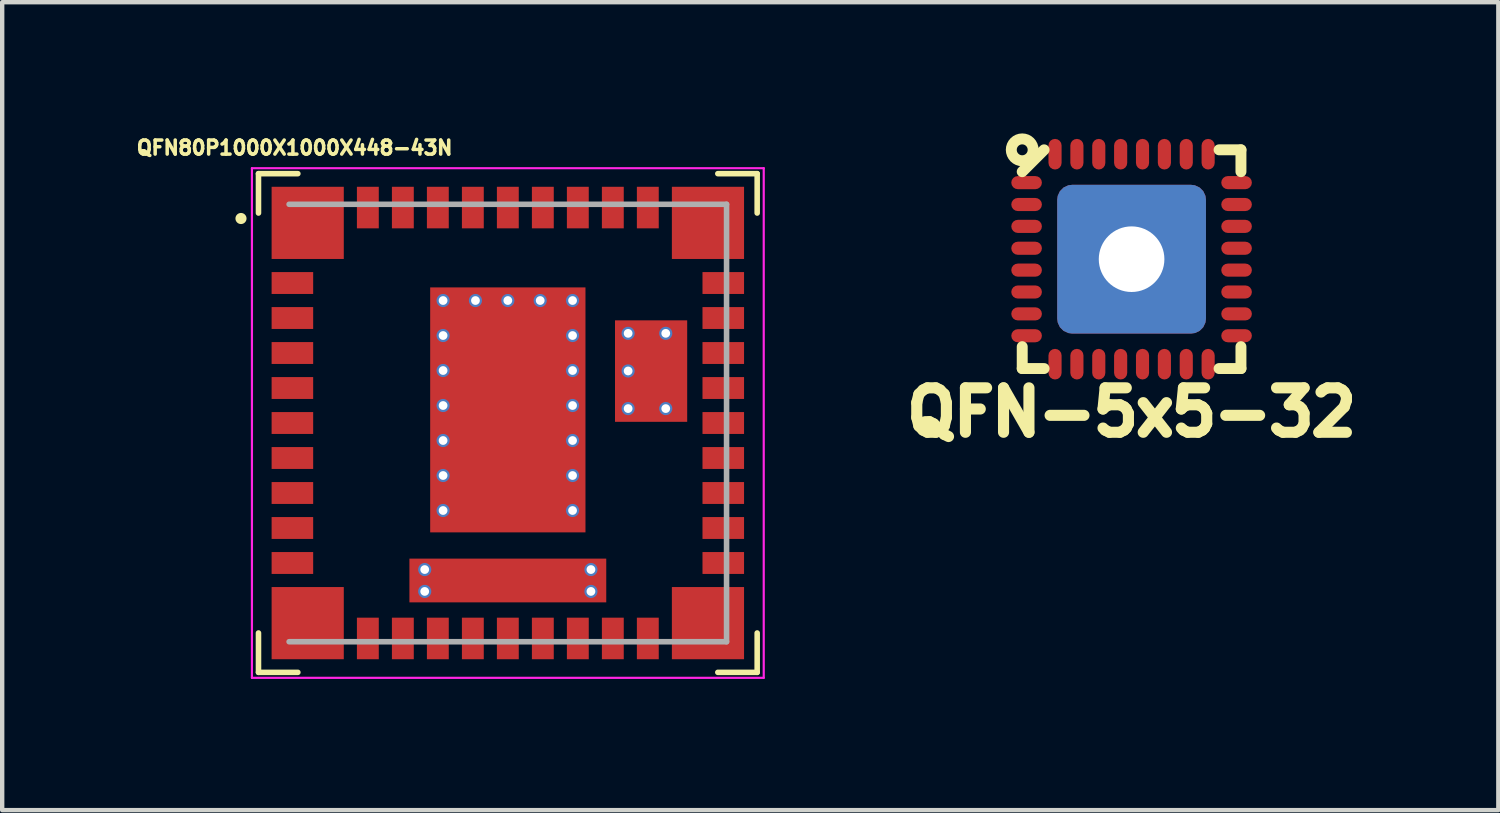
<source format=kicad_pcb>
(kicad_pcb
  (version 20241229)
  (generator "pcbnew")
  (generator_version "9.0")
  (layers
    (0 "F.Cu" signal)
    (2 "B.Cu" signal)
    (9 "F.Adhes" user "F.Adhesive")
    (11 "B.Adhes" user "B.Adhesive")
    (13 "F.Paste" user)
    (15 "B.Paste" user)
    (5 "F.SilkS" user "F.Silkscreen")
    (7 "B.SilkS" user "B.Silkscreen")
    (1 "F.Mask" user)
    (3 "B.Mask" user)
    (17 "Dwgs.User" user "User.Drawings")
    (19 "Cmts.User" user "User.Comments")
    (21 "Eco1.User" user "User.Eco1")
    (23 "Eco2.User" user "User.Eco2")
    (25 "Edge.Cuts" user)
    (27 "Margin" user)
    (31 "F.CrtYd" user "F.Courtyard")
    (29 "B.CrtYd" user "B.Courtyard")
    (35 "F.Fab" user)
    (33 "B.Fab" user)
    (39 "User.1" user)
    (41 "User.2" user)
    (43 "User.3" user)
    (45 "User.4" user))
  (footprint "QFN80P1000X1000X448-43N"
    (layer "F.Cu")
    (at 8.559 6.62)
    (property "Reference" "QFN80P1000X1000X448-43N" (at -4.875 -6.292 0) (layer "F.SilkS") (effects (font (size 0.321 0.321) (thickness 0.15))))
    (attr smd)
    (fp_poly (pts (xy -2.5 -1.175) (xy 2.5 -1.175) (xy 2.5 1.175) (xy -2.5 1.175)) (stroke (width 0.01) (type solid)) (fill yes) (layer "F.Mask"))
    (fp_poly (pts (xy -0.502 1.95) (xy 0.5 1.95) (xy 0.5 5.268) (xy -0.502 5.268)) (stroke (width 0.01) (type solid)) (fill yes) (layer "F.Mask"))
    (fp_poly (pts (xy 3.023 -1.71) (xy 4.135 -1.71) (xy 4.135 -0.662) (xy 3.023 -0.662)) (stroke (width 0.01) (type solid)) (fill yes) (layer "F.Mask"))
    (fp_line (start -5.7 -4.8) (end -5.7 -5.7) (stroke (width 0.127) (type solid)) (layer "F.SilkS"))
    (fp_line (start -5.7 5.7) (end -5.7 4.8) (stroke (width 0.127) (type solid)) (layer "F.SilkS"))
    (fp_line (start -4.8 -5.7) (end -5.7 -5.7) (stroke (width 0.127) (type solid)) (layer "F.SilkS"))
    (fp_line (start -4.8 5.7) (end -5.7 5.7) (stroke (width 0.127) (type solid)) (layer "F.SilkS"))
    (fp_line (start 5.7 -5.7) (end 4.8 -5.7) (stroke (width 0.127) (type solid)) (layer "F.SilkS"))
    (fp_line (start 5.7 -4.8) (end 5.7 -5.7) (stroke (width 0.127) (type solid)) (layer "F.SilkS"))
    (fp_line (start 5.7 5.7) (end 4.8 5.7) (stroke (width 0.127) (type solid)) (layer "F.SilkS"))
    (fp_line (start 5.7 5.7) (end 5.7 4.8) (stroke (width 0.127) (type solid)) (layer "F.SilkS"))
    (fp_circle (center -6.1 -4.675) (end -5.973 -4.675) (stroke (width 0) (type solid)) (fill yes) (layer "F.SilkS"))
    (fp_poly (pts (xy -1.87 3.4) (xy -0.935 3.4) (xy -0.935 3.81) (xy -1.87 3.81)) (stroke (width 0.01) (type solid)) (fill yes) (layer "F.Paste"))
    (fp_poly (pts (xy -1.168 3.4) (xy -0.235 3.4) (xy -0.235 3.81) (xy -1.168 3.81)) (stroke (width 0.01) (type solid)) (fill yes) (layer "F.Paste"))
    (fp_poly (pts (xy -0.928 1.685) (xy -0.355 1.685) (xy -0.355 2.673) (xy -0.928 2.673)) (stroke (width 0.01) (type solid)) (fill yes) (layer "F.Paste"))
    (fp_poly (pts (xy -0.928 0.815) (xy -0.355 0.815) (xy -0.355 1.8) (xy -0.928 1.8)) (stroke (width 0.01) (type solid)) (fill yes) (layer "F.Paste"))
    (fp_poly (pts (xy -0.927 -1.795) (xy -0.355 -1.795) (xy -0.355 -0.817) (xy -0.927 -0.817)) (stroke (width 0.01) (type solid)) (fill yes) (layer "F.Paste"))
    (fp_poly (pts (xy -0.927 -0.055) (xy -0.355 -0.055) (xy -0.355 0.927) (xy -0.927 0.927)) (stroke (width 0.01) (type solid)) (fill yes) (layer "F.Paste"))
    (fp_poly (pts (xy -0.926 -0.925) (xy -0.355 -0.925) (xy -0.355 0.055) (xy -0.926 0.055)) (stroke (width 0.01) (type solid)) (fill yes) (layer "F.Paste"))
    (fp_poly (pts (xy -0.926 -2.665) (xy -0.355 -2.665) (xy -0.355 -1.687) (xy -0.926 -1.687)) (stroke (width 0.01) (type solid)) (fill yes) (layer "F.Paste"))
    (fp_poly (pts (xy -0.466 3.4) (xy 0.465 3.4) (xy 0.465 3.809) (xy -0.466 3.809)) (stroke (width 0.01) (type solid)) (fill yes) (layer "F.Paste"))
    (fp_poly (pts (xy 0.235 3.4) (xy 1.165 3.4) (xy 1.165 3.808) (xy 0.235 3.808)) (stroke (width 0.01) (type solid)) (fill yes) (layer "F.Paste"))
    (fp_poly (pts (xy 0.355 -2.665) (xy 0.925 -2.665) (xy 0.925 -1.687) (xy 0.355 -1.687)) (stroke (width 0.01) (type solid)) (fill yes) (layer "F.Paste"))
    (fp_poly (pts (xy 0.356 0.815) (xy 0.925 0.815) (xy 0.925 1.798) (xy 0.356 1.798)) (stroke (width 0.01) (type solid)) (fill yes) (layer "F.Paste"))
    (fp_poly (pts (xy 0.356 -1.795) (xy 0.925 -1.795) (xy 0.925 -0.816) (xy 0.356 -0.816)) (stroke (width 0.01) (type solid)) (fill yes) (layer "F.Paste"))
    (fp_poly (pts (xy 0.356 -0.055) (xy 0.925 -0.055) (xy 0.925 0.927) (xy 0.356 0.927)) (stroke (width 0.01) (type solid)) (fill yes) (layer "F.Paste"))
    (fp_poly (pts (xy 0.356 1.685) (xy 0.925 1.685) (xy 0.925 2.671) (xy 0.356 2.671)) (stroke (width 0.01) (type solid)) (fill yes) (layer "F.Paste"))
    (fp_poly (pts (xy 0.356 -0.925) (xy 0.925 -0.925) (xy 0.925 0.055) (xy 0.356 0.055)) (stroke (width 0.01) (type solid)) (fill yes) (layer "F.Paste"))
    (fp_poly (pts (xy 0.937 3.4) (xy 1.865 3.4) (xy 1.865 3.809) (xy 0.937 3.809)) (stroke (width 0.01) (type solid)) (fill yes) (layer "F.Paste"))
    (fp_poly (pts (xy 2.756 -1.342) (xy 3.8 -1.342) (xy 3.8 -1.034) (xy 2.756 -1.034)) (stroke (width 0.01) (type solid)) (fill yes) (layer "F.Paste"))
    (fp_poly (pts (xy 3.364 -1.342) (xy 4.41 -1.342) (xy 4.41 -1.033) (xy 3.364 -1.033)) (stroke (width 0.01) (type solid)) (fill yes) (layer "F.Paste"))
    (fp_line (start -5.85 -5.825) (end 5.85 -5.825) (stroke (width 0.05) (type solid)) (layer "F.CrtYd"))
    (fp_line (start -5.85 5.825) (end -5.85 -5.825) (stroke (width 0.05) (type solid)) (layer "F.CrtYd"))
    (fp_line (start 5.85 -5.825) (end 5.85 5.825) (stroke (width 0.05) (type solid)) (layer "F.CrtYd"))
    (fp_line (start 5.85 5.825) (end -5.85 5.825) (stroke (width 0.05) (type solid)) (layer "F.CrtYd"))
    (fp_line (start -5 -5) (end 5 -5) (stroke (width 0.127) (type solid)) (layer "F.Fab"))
    (fp_line (start 5 -5) (end 5 5) (stroke (width 0.127) (type solid)) (layer "F.Fab"))
    (fp_line (start 5 5) (end -5 5) (stroke (width 0.127) (type solid)) (layer "F.Fab"))
    (pad "1" smd rect (at -4.575 -4.575 270) (size 1.65 1.65) (layers "F.Cu" "F.Mask" "F.Paste"))
    (pad "2" smd rect (at -4.925 -3.2 90) (size 0.5 0.95) (layers "F.Cu" "F.Mask" "F.Paste"))
    (pad "3" smd rect (at -4.925 -2.4 90) (size 0.5 0.95) (layers "F.Cu" "F.Mask" "F.Paste"))
    (pad "4" smd rect (at -4.925 -1.6 90) (size 0.5 0.95) (layers "F.Cu" "F.Mask" "F.Paste"))
    (pad "5" smd rect (at -4.925 -0.8 90) (size 0.5 0.95) (layers "F.Cu" "F.Mask" "F.Paste"))
    (pad "6" smd rect (at -4.925 0 90) (size 0.5 0.95) (layers "F.Cu" "F.Mask" "F.Paste"))
    (pad "7" smd rect (at -4.925 0.8 90) (size 0.5 0.95) (layers "F.Cu" "F.Mask" "F.Paste"))
    (pad "8" smd rect (at -4.925 1.6 90) (size 0.5 0.95) (layers "F.Cu" "F.Mask" "F.Paste"))
    (pad "9" smd rect (at -4.925 2.4 90) (size 0.5 0.95) (layers "F.Cu" "F.Mask" "F.Paste"))
    (pad "10" smd rect (at -4.925 3.2 270) (size 0.5 0.95) (layers "F.Cu" "F.Mask" "F.Paste"))
    (pad "11" smd rect (at -4.575 4.575 270) (size 1.65 1.65) (layers "F.Cu" "F.Mask" "F.Paste"))
    (pad "12" smd rect (at -3.2 4.925 180) (size 0.5 0.95) (layers "F.Cu" "F.Mask" "F.Paste"))
    (pad "13" smd rect (at -2.4 4.925 180) (size 0.5 0.95) (layers "F.Cu" "F.Mask" "F.Paste"))
    (pad "14" smd rect (at -1.6 4.925 180) (size 0.5 0.95) (layers "F.Cu" "F.Mask" "F.Paste"))
    (pad "15" smd rect (at -0.8 4.925 180) (size 0.5 0.95) (layers "F.Cu" "F.Mask" "F.Paste"))
    (pad "16" smd rect (at 0 4.925 180) (size 0.5 0.95) (layers "F.Cu" "F.Mask" "F.Paste"))
    (pad "17" smd rect (at 0.8 4.925 180) (size 0.5 0.95) (layers "F.Cu" "F.Mask" "F.Paste"))
    (pad "18" smd rect (at 1.6 4.925 180) (size 0.5 0.95) (layers "F.Cu" "F.Mask" "F.Paste"))
    (pad "19" smd rect (at 2.4 4.925 180) (size 0.5 0.95) (layers "F.Cu" "F.Mask" "F.Paste"))
    (pad "20" smd rect (at 3.2 4.925 180) (size 0.5 0.95) (layers "F.Cu" "F.Mask" "F.Paste"))
    (pad "21" smd rect (at 4.575 4.575 270) (size 1.65 1.65) (layers "F.Cu" "F.Mask" "F.Paste"))
    (pad "22" smd rect (at 4.925 3.2 270) (size 0.5 0.95) (layers "F.Cu" "F.Mask" "F.Paste"))
    (pad "23" smd rect (at 4.925 2.4 270) (size 0.5 0.95) (layers "F.Cu" "F.Mask" "F.Paste"))
    (pad "24" smd rect (at 4.925 1.6 270) (size 0.5 0.95) (layers "F.Cu" "F.Mask" "F.Paste"))
    (pad "25" smd rect (at 4.925 0.8 270) (size 0.5 0.95) (layers "F.Cu" "F.Mask" "F.Paste"))
    (pad "26" smd rect (at 4.925 0 270) (size 0.5 0.95) (layers "F.Cu" "F.Mask" "F.Paste"))
    (pad "27" smd rect (at 4.925 -0.8 270) (size 0.5 0.95) (layers "F.Cu" "F.Mask" "F.Paste"))
    (pad "28" smd rect (at 4.925 -1.6 270) (size 0.5 0.95) (layers "F.Cu" "F.Mask" "F.Paste"))
    (pad "29" smd rect (at 4.925 -2.4 270) (size 0.5 0.95) (layers "F.Cu" "F.Mask" "F.Paste"))
    (pad "30" smd rect (at 4.925 -3.2 270) (size 0.5 0.95) (layers "F.Cu" "F.Mask" "F.Paste"))
    (pad "31" smd rect (at 4.575 -4.575 270) (size 1.65 1.65) (layers "F.Cu" "F.Mask" "F.Paste"))
    (pad "32" smd rect (at 3.2 -4.925) (size 0.5 0.95) (layers "F.Cu" "F.Mask" "F.Paste"))
    (pad "33" smd rect (at 2.4 -4.925) (size 0.5 0.95) (layers "F.Cu" "F.Mask" "F.Paste"))
    (pad "34" smd rect (at 1.6 -4.925 180) (size 0.5 0.95) (layers "F.Cu" "F.Mask" "F.Paste"))
    (pad "35" smd rect (at 0.8 -4.925 180) (size 0.5 0.95) (layers "F.Cu" "F.Mask" "F.Paste"))
    (pad "36" smd rect (at 0 -4.925 180) (size 0.5 0.95) (layers "F.Cu" "F.Mask" "F.Paste"))
    (pad "37" smd rect (at -0.8 -4.925 180) (size 0.5 0.95) (layers "F.Cu" "F.Mask" "F.Paste"))
    (pad "38" smd rect (at -1.6 -4.925 180) (size 0.5 0.95) (layers "F.Cu" "F.Mask" "F.Paste"))
    (pad "39" smd rect (at -2.4 -4.925 180) (size 0.5 0.95) (layers "F.Cu" "F.Mask" "F.Paste"))
    (pad "40" smd rect (at -3.2 -4.925 180) (size 0.5 0.95) (layers "F.Cu" "F.Mask" "F.Paste"))
    (pad "41" smd rect (at 0 -0.3 270) (size 5.6 3.55) (layers "F.Cu"))
    (pad "42" smd rect (at 3.275 -1.187 270) (size 2.32 1.65) (layers "F.Cu"))
    (pad "43" smd rect (at 0 3.6 270) (size 1 4.5) (layers "F.Cu"))
    (pad "P$1" thru_hole circle (at 0.74 -2.8) (size 0.3 0.3) (drill 0.2) (layers "*.Cu"))
    (pad "P$2" thru_hole circle (at 0 -2.8) (size 0.3 0.3) (drill 0.2) (layers "*.Cu"))
    (pad "P$3" thru_hole circle (at 1.48 -2.8) (size 0.3 0.3) (drill 0.2) (layers "*.Cu"))
    (pad "P$4" thru_hole circle (at -0.74 -2.8) (size 0.3 0.3) (drill 0.2) (layers "*.Cu"))
    (pad "P$5" thru_hole circle (at -1.48 -2.8) (size 0.3 0.3) (drill 0.2) (layers "*.Cu"))
    (pad "P$6" thru_hole circle (at -1.48 -2) (size 0.3 0.3) (drill 0.2) (layers "*.Cu"))
    (pad "P$7" thru_hole circle (at -1.48 -1.2) (size 0.3 0.3) (drill 0.2) (layers "*.Cu"))
    (pad "P$8" thru_hole circle (at -1.48 -0.4) (size 0.3 0.3) (drill 0.2) (layers "*.Cu"))
    (pad "P$9" thru_hole circle (at -1.48 0.4) (size 0.3 0.3) (drill 0.2) (layers "*.Cu"))
    (pad "P$10" thru_hole circle (at -1.48 1.2) (size 0.3 0.3) (drill 0.2) (layers "*.Cu"))
    (pad "P$11" thru_hole circle (at -1.48 2) (size 0.3 0.3) (drill 0.2) (layers "*.Cu"))
    (pad "P$12" thru_hole circle (at 1.48 -2) (size 0.3 0.3) (drill 0.2) (layers "*.Cu"))
    (pad "P$13" thru_hole circle (at 1.48 -1.2) (size 0.3 0.3) (drill 0.2) (layers "*.Cu"))
    (pad "P$14" thru_hole circle (at 1.48 -0.4) (size 0.3 0.3) (drill 0.2) (layers "*.Cu"))
    (pad "P$15" thru_hole circle (at 1.48 0.4) (size 0.3 0.3) (drill 0.2) (layers "*.Cu"))
    (pad "P$16" thru_hole circle (at 1.48 1.2) (size 0.3 0.3) (drill 0.2) (layers "*.Cu"))
    (pad "P$17" thru_hole circle (at 1.48 2) (size 0.3 0.3) (drill 0.2) (layers "*.Cu"))
    (pad "P$18" thru_hole circle (at 2.75 -2.05) (size 0.3 0.3) (drill 0.2) (layers "*.Cu"))
    (pad "P$19" thru_hole circle (at 2.75 -1.19) (size 0.3 0.3) (drill 0.2) (layers "*.Cu"))
    (pad "P$20" thru_hole circle (at 2.75 -0.33) (size 0.3 0.3) (drill 0.2) (layers "*.Cu"))
    (pad "P$21" thru_hole circle (at 3.61 -0.33) (size 0.3 0.3) (drill 0.2) (layers "*.Cu"))
    (pad "P$22" thru_hole circle (at 3.61 -2.05) (size 0.3 0.3) (drill 0.2) (layers "*.Cu"))
    (pad "P$23" thru_hole circle (at 1.9 3.35) (size 0.3 0.3) (drill 0.2) (layers "*.Cu"))
    (pad "P$24" thru_hole circle (at 1.9 3.85) (size 0.3 0.3) (drill 0.2) (layers "*.Cu"))
    (pad "P$25" thru_hole circle (at -1.9 3.35) (size 0.3 0.3) (drill 0.2) (layers "*.Cu"))
    (pad "P$26" thru_hole circle (at -1.9 3.85) (size 0.3 0.3) (drill 0.2) (layers "*.Cu")))
  (footprint "QFN-5x5-32"
    (layer "F.Cu")
    (at 22.818 2.875)
    (property "Reference" "QFN-5x5-32" (at 0 3.5 0) (layer "F.SilkS") (effects (font (size 1.016 1.016) (thickness 0.254))))
    (attr through_hole)
    (fp_line (start -2.5 2) (end -2.5 2.5) (stroke (width 0.25) (type solid)) (layer "F.SilkS"))
    (fp_line (start -2.5 2.5) (end -2 2.5) (stroke (width 0.25) (type solid)) (layer "F.SilkS"))
    (fp_line (start -2 -2.5) (end -2.5 -2) (stroke (width 0.25) (type solid)) (layer "F.SilkS"))
    (fp_line (start 2 -2.5) (end 2.5 -2.5) (stroke (width 0.25) (type solid)) (layer "F.SilkS"))
    (fp_line (start 2.5 -2.5) (end 2.5 -2) (stroke (width 0.25) (type solid)) (layer "F.SilkS"))
    (fp_line (start 2.5 2) (end 2.5 2.5) (stroke (width 0.25) (type solid)) (layer "F.SilkS"))
    (fp_line (start 2.5 2.5) (end 2 2.5) (stroke (width 0.25) (type solid)) (layer "F.SilkS"))
    (fp_circle (center -2.5 -2.5) (end -2.5 -2.75) (stroke (width 0.25) (type solid)) (fill no) (layer "F.SilkS"))
    (pad "1" smd roundrect (at -2.4 -1.75) (size 0.7 0.3) (layers "F.Cu" "F.Mask" "F.Paste") (roundrect_rratio 0.5))
    (pad "2" smd roundrect (at -2.4 -1.25) (size 0.7 0.3) (layers "F.Cu" "F.Mask" "F.Paste") (roundrect_rratio 0.5))
    (pad "3" smd roundrect (at -2.4 -0.75) (size 0.7 0.3) (layers "F.Cu" "F.Mask" "F.Paste") (roundrect_rratio 0.5))
    (pad "4" smd roundrect (at -2.4 -0.25) (size 0.7 0.3) (layers "F.Cu" "F.Mask" "F.Paste") (roundrect_rratio 0.5))
    (pad "5" smd roundrect (at -2.4 0.25) (size 0.7 0.3) (layers "F.Cu" "F.Mask" "F.Paste") (roundrect_rratio 0.5))
    (pad "6" smd roundrect (at -2.4 0.75) (size 0.7 0.3) (layers "F.Cu" "F.Mask" "F.Paste") (roundrect_rratio 0.5))
    (pad "7" smd roundrect (at -2.4 1.25) (size 0.7 0.3) (layers "F.Cu" "F.Mask" "F.Paste") (roundrect_rratio 0.5))
    (pad "8" smd roundrect (at -2.4 1.75) (size 0.7 0.3) (layers "F.Cu" "F.Mask" "F.Paste") (roundrect_rratio 0.5))
    (pad "9" smd roundrect (at -1.75 2.4) (size 0.3 0.7) (layers "F.Cu" "F.Mask" "F.Paste") (roundrect_rratio 0.5))
    (pad "10" smd roundrect (at -1.25 2.4) (size 0.3 0.7) (layers "F.Cu" "F.Mask" "F.Paste") (roundrect_rratio 0.5))
    (pad "11" smd roundrect (at -0.75 2.4) (size 0.3 0.7) (layers "F.Cu" "F.Mask" "F.Paste") (roundrect_rratio 0.5))
    (pad "12" smd roundrect (at -0.25 2.4) (size 0.3 0.7) (layers "F.Cu" "F.Mask" "F.Paste") (roundrect_rratio 0.5))
    (pad "13" smd roundrect (at 0.25 2.4) (size 0.3 0.7) (layers "F.Cu" "F.Mask" "F.Paste") (roundrect_rratio 0.5))
    (pad "14" smd roundrect (at 0.75 2.4) (size 0.3 0.7) (layers "F.Cu" "F.Mask" "F.Paste") (roundrect_rratio 0.5))
    (pad "15" smd roundrect (at 1.25 2.4) (size 0.3 0.7) (layers "F.Cu" "F.Mask" "F.Paste") (roundrect_rratio 0.5))
    (pad "16" smd roundrect (at 1.75 2.4) (size 0.3 0.7) (layers "F.Cu" "F.Mask" "F.Paste") (roundrect_rratio 0.5))
    (pad "17" smd roundrect (at 2.4 1.75) (size 0.7 0.3) (layers "F.Cu" "F.Mask" "F.Paste") (roundrect_rratio 0.5))
    (pad "18" smd roundrect (at 2.4 1.25) (size 0.7 0.3) (layers "F.Cu" "F.Mask" "F.Paste") (roundrect_rratio 0.5))
    (pad "19" smd roundrect (at 2.4 0.75) (size 0.7 0.3) (layers "F.Cu" "F.Mask" "F.Paste") (roundrect_rratio 0.5))
    (pad "20" smd roundrect (at 2.4 0.25) (size 0.7 0.3) (layers "F.Cu" "F.Mask" "F.Paste") (roundrect_rratio 0.5))
    (pad "21" smd roundrect (at 2.4 -0.25) (size 0.7 0.3) (layers "F.Cu" "F.Mask" "F.Paste") (roundrect_rratio 0.5))
    (pad "22" smd roundrect (at 2.4 -0.75) (size 0.7 0.3) (layers "F.Cu" "F.Mask" "F.Paste") (roundrect_rratio 0.5))
    (pad "23" smd roundrect (at 2.4 -1.25) (size 0.7 0.3) (layers "F.Cu" "F.Mask" "F.Paste") (roundrect_rratio 0.5))
    (pad "24" smd roundrect (at 2.4 -1.75) (size 0.7 0.3) (layers "F.Cu" "F.Mask" "F.Paste") (roundrect_rratio 0.5))
    (pad "25" smd roundrect (at 1.75 -2.4) (size 0.3 0.7) (layers "F.Cu" "F.Mask" "F.Paste") (roundrect_rratio 0.5))
    (pad "26" smd roundrect (at 1.25 -2.4) (size 0.3 0.7) (layers "F.Cu" "F.Mask" "F.Paste") (roundrect_rratio 0.5))
    (pad "27" smd roundrect (at 0.75 -2.4) (size 0.3 0.7) (layers "F.Cu" "F.Mask" "F.Paste") (roundrect_rratio 0.5))
    (pad "28" smd roundrect (at 0.25 -2.4) (size 0.3 0.7) (layers "F.Cu" "F.Mask" "F.Paste") (roundrect_rratio 0.5))
    (pad "29" smd roundrect (at -0.25 -2.4) (size 0.3 0.7) (layers "F.Cu" "F.Mask" "F.Paste") (roundrect_rratio 0.5))
    (pad "30" smd roundrect (at -0.75 -2.4) (size 0.3 0.7) (layers "F.Cu" "F.Mask" "F.Paste") (roundrect_rratio 0.5))
    (pad "31" smd roundrect (at -1.25 -2.4) (size 0.3 0.7) (layers "F.Cu" "F.Mask" "F.Paste") (roundrect_rratio 0.5))
    (pad "32" smd roundrect (at -1.75 -2.4) (size 0.3 0.7) (layers "F.Cu" "F.Mask" "F.Paste") (roundrect_rratio 0.5))
    (pad "PAD" thru_hole roundrect (at 0 0) (size 3.4 3.4) (drill 1.5) (layers "*.Cu" "*.Mask" "F.Paste") (roundrect_rratio 0.1)))
  (gr_rect
    (start -3 -3)
    (end 31.202 15.47)
    (stroke (width 0.1) (type default))
    (fill no)
    (layer "Edge.Cuts")))
</source>
